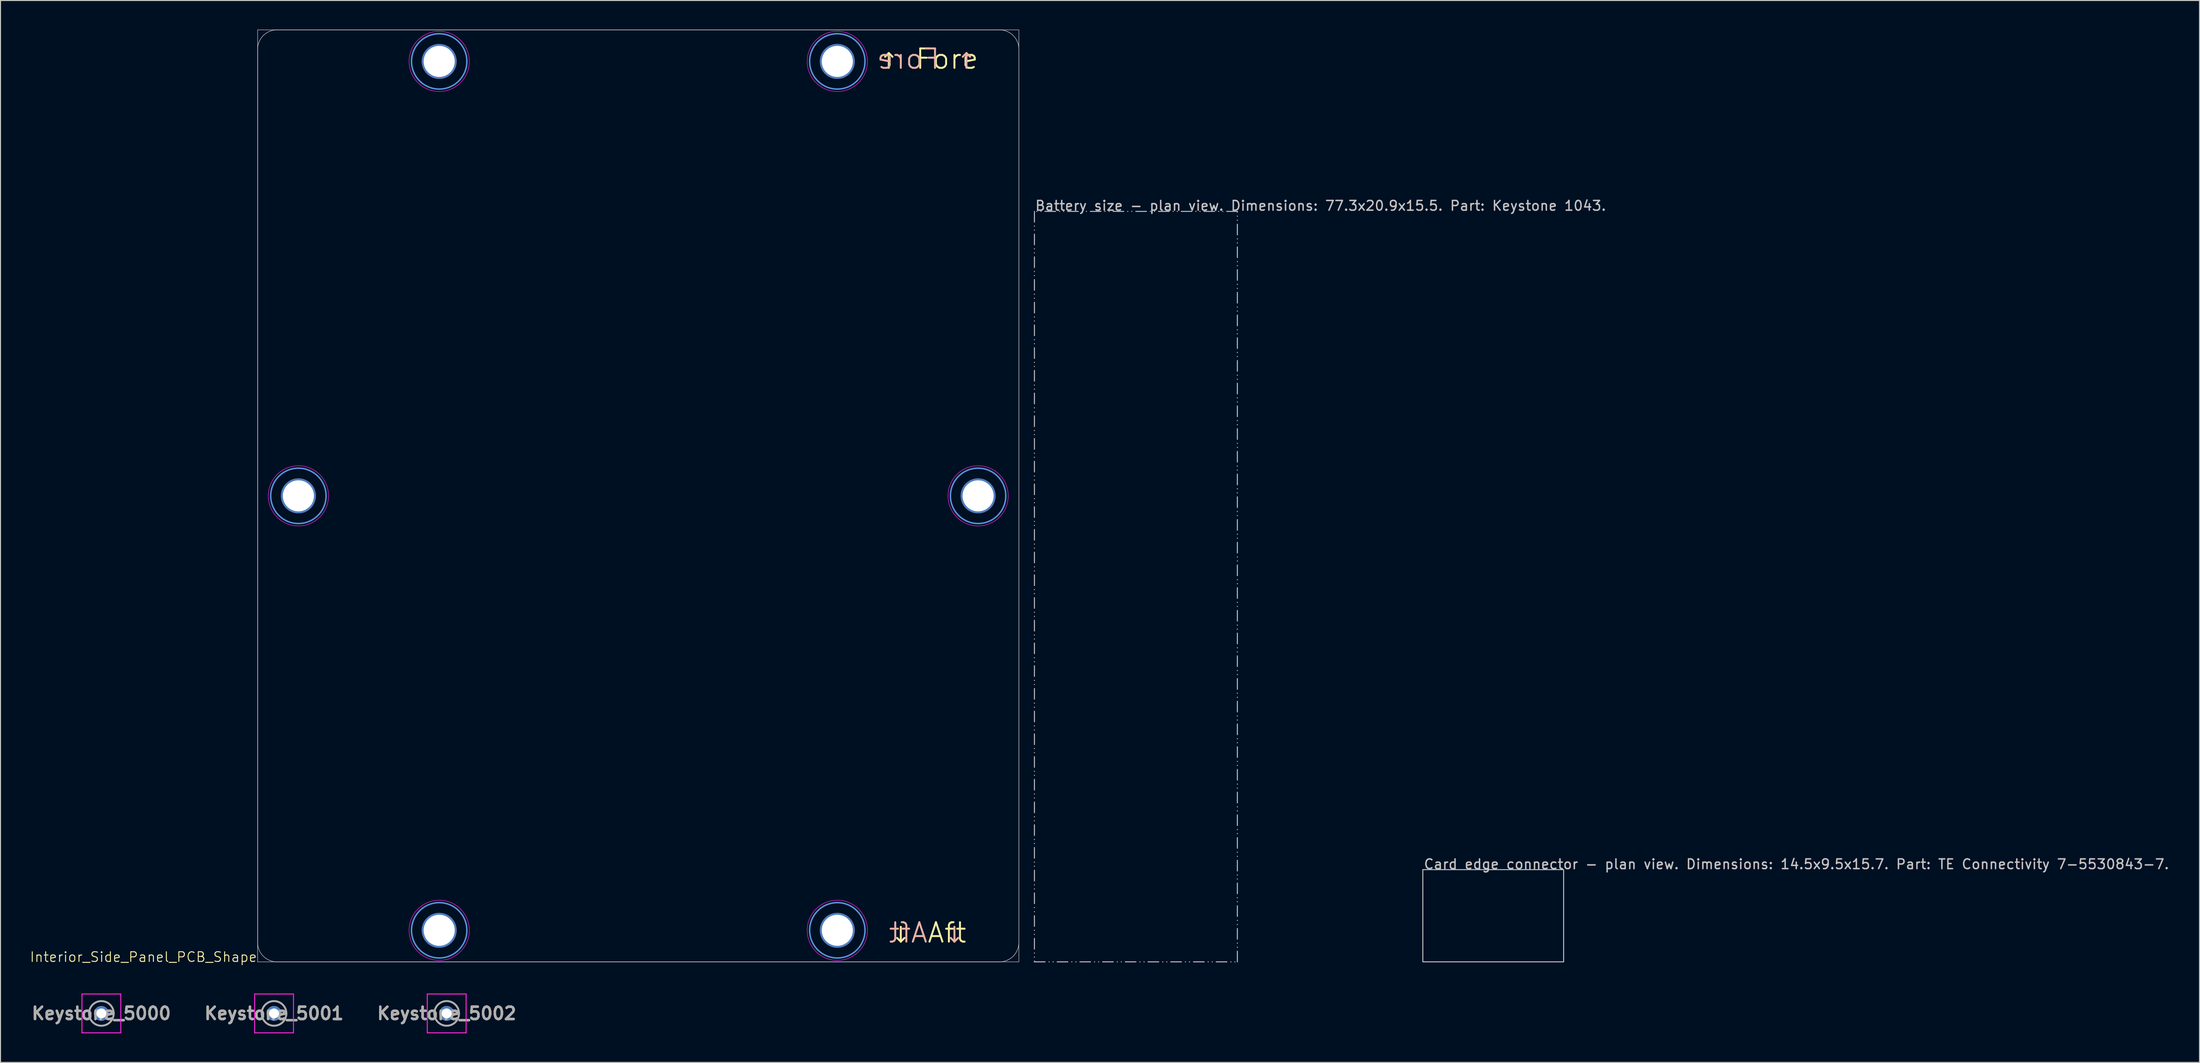
<source format=kicad_pcb>
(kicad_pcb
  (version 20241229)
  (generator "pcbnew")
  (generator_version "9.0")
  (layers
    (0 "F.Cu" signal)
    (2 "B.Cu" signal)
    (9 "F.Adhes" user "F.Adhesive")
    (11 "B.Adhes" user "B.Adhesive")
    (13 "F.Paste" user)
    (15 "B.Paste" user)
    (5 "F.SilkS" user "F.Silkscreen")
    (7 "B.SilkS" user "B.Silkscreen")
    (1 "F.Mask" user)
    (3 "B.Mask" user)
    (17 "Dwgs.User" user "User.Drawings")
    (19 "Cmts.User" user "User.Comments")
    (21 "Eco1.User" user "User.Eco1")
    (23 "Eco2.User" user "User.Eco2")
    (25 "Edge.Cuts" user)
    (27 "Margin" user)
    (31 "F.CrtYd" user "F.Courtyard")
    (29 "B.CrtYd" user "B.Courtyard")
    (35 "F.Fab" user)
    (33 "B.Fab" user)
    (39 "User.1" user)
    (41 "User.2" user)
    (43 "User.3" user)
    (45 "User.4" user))
  (footprint "Keystone_5002"
    (layer "F.Cu")
    (at 42.951 101.335)
    (property "Reference" "Keystone_5002" (at 0 0 0) (layer "F.SilkS") (effects (font (size 1.27 1.27) (thickness 0.254))))
    (attr through_hole)
    (fp_line (start -1.27 0) (end -1.27 0) (stroke (width 0.1) (type solid)) (layer "F.SilkS"))
    (fp_line (start 1.27 0) (end 1.27 0) (stroke (width 0.1) (type solid)) (layer "F.SilkS"))
    (fp_arc (start -1.27 0) (mid 0 -1.27) (end 1.27 0) (stroke (width 0.1) (type solid)) (layer "F.SilkS"))
    (fp_arc (start 1.27 0) (mid 0 1.27) (end -1.27 0) (stroke (width 0.1) (type solid)) (layer "F.SilkS"))
    (fp_line (start -2 -2) (end 2 -2) (stroke (width 0.1) (type solid)) (layer "F.CrtYd"))
    (fp_line (start -2 2) (end -2 -2) (stroke (width 0.1) (type solid)) (layer "F.CrtYd"))
    (fp_line (start 2 -2) (end 2 2) (stroke (width 0.1) (type solid)) (layer "F.CrtYd"))
    (fp_line (start 2 2) (end -2 2) (stroke (width 0.1) (type solid)) (layer "F.CrtYd"))
    (fp_line (start -1.27 0) (end -1.27 0) (stroke (width 0.2) (type solid)) (layer "F.Fab"))
    (fp_line (start 1.27 0) (end 1.27 0) (stroke (width 0.2) (type solid)) (layer "F.Fab"))
    (fp_arc (start -1.27 0) (mid 0 -1.27) (end 1.27 0) (stroke (width 0.2) (type solid)) (layer "F.Fab"))
    (fp_arc (start 1.27 0) (mid 0 1.27) (end -1.27 0) (stroke (width 0.2) (type solid)) (layer "F.Fab"))
    (fp_text user "${REFERENCE}" (at 0 0 0) (layer "F.Fab") (effects (font (size 1.27 1.27) (thickness 0.254))))
    (pad "1" thru_hole circle (at 0 0) (size 1.53 1.53) (drill 1.02) (layers "*.Cu" "*.Mask")))
  (footprint "Keystone_5000"
    (layer "F.Cu")
    (at 7.39 101.335)
    (property "Reference" "Keystone_5000" (at 0 0 0) (layer "F.SilkS") (effects (font (size 1.27 1.27) (thickness 0.254))))
    (attr through_hole)
    (fp_line (start -1.27 0) (end -1.27 0) (stroke (width 0.1) (type solid)) (layer "F.SilkS"))
    (fp_line (start 1.27 0) (end 1.27 0) (stroke (width 0.1) (type solid)) (layer "F.SilkS"))
    (fp_arc (start -1.27 0) (mid 0 -1.27) (end 1.27 0) (stroke (width 0.1) (type solid)) (layer "F.SilkS"))
    (fp_arc (start 1.27 0) (mid 0 1.27) (end -1.27 0) (stroke (width 0.1) (type solid)) (layer "F.SilkS"))
    (fp_line (start -2 -2) (end 2 -2) (stroke (width 0.1) (type solid)) (layer "F.CrtYd"))
    (fp_line (start -2 2) (end -2 -2) (stroke (width 0.1) (type solid)) (layer "F.CrtYd"))
    (fp_line (start 2 -2) (end 2 2) (stroke (width 0.1) (type solid)) (layer "F.CrtYd"))
    (fp_line (start 2 2) (end -2 2) (stroke (width 0.1) (type solid)) (layer "F.CrtYd"))
    (fp_line (start -1.27 0) (end -1.27 0) (stroke (width 0.2) (type solid)) (layer "F.Fab"))
    (fp_line (start 1.27 0) (end 1.27 0) (stroke (width 0.2) (type solid)) (layer "F.Fab"))
    (fp_arc (start -1.27 0) (mid 0 -1.27) (end 1.27 0) (stroke (width 0.2) (type solid)) (layer "F.Fab"))
    (fp_arc (start 1.27 0) (mid 0 1.27) (end -1.27 0) (stroke (width 0.2) (type solid)) (layer "F.Fab"))
    (fp_text user "${REFERENCE}" (at 0 0 0) (layer "F.Fab") (effects (font (size 1.27 1.27) (thickness 0.254))))
    (pad "1" thru_hole circle (at 0 0) (size 1.53 1.53) (drill 1.02) (layers "*.Cu" "*.Mask")))
  (footprint "Keystone_5001"
    (layer "F.Cu")
    (at 25.171 101.335)
    (property "Reference" "Keystone_5001" (at 0 0 0) (layer "F.SilkS") (effects (font (size 1.27 1.27) (thickness 0.254))))
    (attr through_hole)
    (fp_line (start -1.27 0) (end -1.27 0) (stroke (width 0.1) (type solid)) (layer "F.SilkS"))
    (fp_line (start 1.27 0) (end 1.27 0) (stroke (width 0.1) (type solid)) (layer "F.SilkS"))
    (fp_arc (start -1.27 0) (mid 0 -1.27) (end 1.27 0) (stroke (width 0.1) (type solid)) (layer "F.SilkS"))
    (fp_arc (start 1.27 0) (mid 0 1.27) (end -1.27 0) (stroke (width 0.1) (type solid)) (layer "F.SilkS"))
    (fp_line (start -2 -2) (end 2 -2) (stroke (width 0.1) (type solid)) (layer "F.CrtYd"))
    (fp_line (start -2 2) (end -2 -2) (stroke (width 0.1) (type solid)) (layer "F.CrtYd"))
    (fp_line (start 2 -2) (end 2 2) (stroke (width 0.1) (type solid)) (layer "F.CrtYd"))
    (fp_line (start 2 2) (end -2 2) (stroke (width 0.1) (type solid)) (layer "F.CrtYd"))
    (fp_line (start -1.27 0) (end -1.27 0) (stroke (width 0.2) (type solid)) (layer "F.Fab"))
    (fp_line (start 1.27 0) (end 1.27 0) (stroke (width 0.2) (type solid)) (layer "F.Fab"))
    (fp_arc (start -1.27 0) (mid 0 -1.27) (end 1.27 0) (stroke (width 0.2) (type solid)) (layer "F.Fab"))
    (fp_arc (start 1.27 0) (mid 0 1.27) (end -1.27 0) (stroke (width 0.2) (type solid)) (layer "F.Fab"))
    (fp_text user "${REFERENCE}" (at 0 0 0) (layer "F.Fab") (effects (font (size 1.27 1.27) (thickness 0.254))))
    (pad "1" thru_hole circle (at 0 0) (size 1.53 1.53) (drill 1.02) (layers "*.Cu" "*.Mask")))
  (footprint "Interior_Side_Panel_PCB_Shape"
    (layer "F.Cu")
    (at 23.481 96.025)
    (property "Reference" "Interior_Side_Panel_PCB_Shape" (at 0 -0.5 0) (unlocked yes) (layer "F.SilkS") (effects (font (size 1 1) (thickness 0.1)) (justify right)))
    (attr through_hole exclude_from_pos_files exclude_from_bom allow_missing_courtyard)
    (fp_rect (start 0 -96) (end 78.4 0) (stroke (width 0.05) (type default)) (fill no) (layer "Dwgs.User"))
    (fp_rect (start 100.9 -77.3) (end 80 0) (stroke (width 0.1) (type dash_dot_dot)) (fill no) (layer "Dwgs.User"))
    (fp_rect (start 120 0) (end 134.5 -9.5) (stroke (width 0.1) (type default)) (fill no) (layer "Dwgs.User"))
    (fp_circle (center 4.2 -48) (end 7.05 -48) (stroke (width 0.15) (type solid)) (fill no) (layer "Cmts.User"))
    (fp_circle (center 18.7 -92.75) (end 21.55 -92.75) (stroke (width 0.15) (type solid)) (fill no) (layer "Cmts.User"))
    (fp_circle (center 18.7 -3.25) (end 21.55 -3.25) (stroke (width 0.15) (type solid)) (fill no) (layer "Cmts.User"))
    (fp_circle (center 59.7 -92.75) (end 62.55 -92.75) (stroke (width 0.15) (type solid)) (fill no) (layer "Cmts.User"))
    (fp_circle (center 59.7 -3.25) (end 62.55 -3.25) (stroke (width 0.15) (type solid)) (fill no) (layer "Cmts.User"))
    (fp_circle (center 74.2 -48) (end 77.05 -48) (stroke (width 0.15) (type solid)) (fill no) (layer "Cmts.User"))
    (fp_line (start 0 -2) (end 0 -94) (stroke (width 0.05) (type default)) (layer "Edge.Cuts"))
    (fp_line (start 2 -96) (end 76.4 -96) (stroke (width 0.05) (type default)) (layer "Edge.Cuts"))
    (fp_line (start 76.4 0) (end 2 0) (stroke (width 0.05) (type default)) (layer "Edge.Cuts"))
    (fp_line (start 78.4 -94) (end 78.4 -2) (stroke (width 0.05) (type default)) (layer "Edge.Cuts"))
    (fp_arc (start 0 -94) (mid 0.585786 -95.414214) (end 2 -96) (stroke (width 0.05) (type default)) (layer "Edge.Cuts"))
    (fp_arc (start 2 0) (mid 0.585786 -0.585786) (end 0 -2) (stroke (width 0.05) (type default)) (layer "Edge.Cuts"))
    (fp_arc (start 76.4 -96) (mid 77.814214 -95.414214) (end 78.4 -94) (stroke (width 0.05) (type default)) (layer "Edge.Cuts"))
    (fp_arc (start 78.4 -2) (mid 77.814214 -0.585786) (end 76.4 0) (stroke (width 0.05) (type default)) (layer "Edge.Cuts"))
    (fp_circle (center 4.2 -48) (end 7.3 -48) (stroke (width 0.05) (type solid)) (fill no) (layer "F.CrtYd"))
    (fp_circle (center 18.7 -92.75) (end 21.8 -92.75) (stroke (width 0.05) (type solid)) (fill no) (layer "F.CrtYd"))
    (fp_circle (center 18.7 -3.25) (end 21.8 -3.25) (stroke (width 0.05) (type solid)) (fill no) (layer "F.CrtYd"))
    (fp_circle (center 59.7 -92.75) (end 62.8 -92.75) (stroke (width 0.05) (type solid)) (fill no) (layer "F.CrtYd"))
    (fp_circle (center 59.7 -3.25) (end 62.8 -3.25) (stroke (width 0.05) (type solid)) (fill no) (layer "F.CrtYd"))
    (fp_circle (center 74.2 -48) (end 77.3 -48) (stroke (width 0.05) (type solid)) (fill no) (layer "F.CrtYd"))
    (fp_rect (start 0 -79.7) (end 14.5 -89.2) (stroke (width 0.1) (type dash)) (fill no) (layer "User.1"))
    (fp_rect (start 0 -70.2) (end 14.5 -79.7) (stroke (width 0.1) (type dash)) (fill no) (layer "User.1"))
    (fp_rect (start 0 -60.7) (end 14.5 -70.2) (stroke (width 0.1) (type dash)) (fill no) (layer "User.1"))
    (fp_rect (start 0 -51.2) (end 14.5 -60.7) (stroke (width 0.1) (type dash)) (fill no) (layer "User.1"))
    (fp_rect (start 0 -35.3) (end 14.5 -44.8) (stroke (width 0.1) (type dash)) (fill no) (layer "User.1"))
    (fp_rect (start 0 -25.8) (end 14.5 -35.3) (stroke (width 0.1) (type dash)) (fill no) (layer "User.1"))
    (fp_rect (start 0 -16.3) (end 14.5 -25.8) (stroke (width 0.1) (type dash)) (fill no) (layer "User.1"))
    (fp_rect (start 0 -6.8) (end 14.5 -16.3) (stroke (width 0.1) (type dash)) (fill no) (layer "User.1"))
    (fp_rect (start 39.4 -89.55) (end 18.5 -12.25) (stroke (width 0.1) (type dash_dot_dot)) (fill no) (layer "User.1"))
    (fp_rect (start 60.3 -89.55) (end 39.4 -12.25) (stroke (width 0.1) (type dash_dot_dot)) (fill no) (layer "User.1"))
    (fp_rect (start 63.9 -79.7) (end 78.4 -89.2) (stroke (width 0.1) (type dash)) (fill no) (layer "User.1"))
    (fp_rect (start 63.9 -70.2) (end 78.4 -79.7) (stroke (width 0.1) (type dash)) (fill no) (layer "User.1"))
    (fp_rect (start 63.9 -60.7) (end 78.4 -70.2) (stroke (width 0.1) (type dash)) (fill no) (layer "User.1"))
    (fp_rect (start 63.9 -51.2) (end 78.4 -60.7) (stroke (width 0.1) (type dash)) (fill no) (layer "User.1"))
    (fp_rect (start 63.9 -35.3) (end 78.4 -44.8) (stroke (width 0.1) (type dash)) (fill no) (layer "User.1"))
    (fp_rect (start 63.9 -25.8) (end 78.4 -35.3) (stroke (width 0.1) (type dash)) (fill no) (layer "User.1"))
    (fp_rect (start 63.9 -16.3) (end 78.4 -25.8) (stroke (width 0.1) (type dash)) (fill no) (layer "User.1"))
    (fp_rect (start 63.9 -6.8) (end 78.4 -16.3) (stroke (width 0.1) (type dash)) (fill no) (layer "User.1"))
    (fp_rect (start 0 -6.8) (end 15.7 -89.2) (stroke (width 0.1) (type default)) (fill no) (layer "User.2"))
    (fp_rect (start 31.95 -79.7) (end 46.45 -89.2) (stroke (width 0.1) (type dash)) (fill no) (layer "User.2"))
    (fp_rect (start 31.95 -70.2) (end 46.45 -79.7) (stroke (width 0.1) (type dash)) (fill no) (layer "User.2"))
    (fp_rect (start 31.95 -60.7) (end 46.45 -70.2) (stroke (width 0.1) (type dash)) (fill no) (layer "User.2"))
    (fp_rect (start 31.95 -51.2) (end 46.45 -60.7) (stroke (width 0.1) (type dash)) (fill no) (layer "User.2"))
    (fp_rect (start 31.95 -35.3) (end 46.45 -44.8) (stroke (width 0.1) (type dash)) (fill no) (layer "User.2"))
    (fp_rect (start 31.95 -25.8) (end 46.45 -35.3) (stroke (width 0.1) (type dash)) (fill no) (layer "User.2"))
    (fp_rect (start 31.95 -16.3) (end 46.45 -25.8) (stroke (width 0.1) (type dash)) (fill no) (layer "User.2"))
    (fp_rect (start 31.95 -6.8) (end 46.45 -16.3) (stroke (width 0.1) (type dash)) (fill no) (layer "User.2"))
    (fp_rect (start 62.7 -6.8) (end 78.4 -89.2) (stroke (width 0.1) (type default)) (fill no) (layer "User.2"))
    (fp_text user "↑ Fore" (at 69 -93 0) (unlocked yes) (layer "F.SilkS") (effects (font (size 2 2) (thickness 0.2))))
    (fp_text user "↓ Aft" (at 69 -3 0) (unlocked yes) (layer "F.SilkS") (effects (font (size 2 2) (thickness 0.2))))
    (fp_text user "↓ Aft" (at 69 -3 0) (unlocked yes) (layer "B.SilkS") (effects (font (size 2 2) (thickness 0.2)) (justify mirror)))
    (fp_text user "↑ Fore" (at 69 -93 0) (unlocked yes) (layer "B.SilkS") (effects (font (size 2 2) (thickness 0.2)) (justify mirror)))
    (fp_text user "Card edge connector - plan view. Dimensions: 14.5x9.5x15.7. Part: TE Connectivity 7-5530843-7." (at 120.025 -9.475 0) (unlocked yes) (layer "Dwgs.User") (effects (font (size 1 1) (thickness 0.15)) (justify left bottom)))
    (fp_text user "Battery size - plan view. Dimensions: 77.3x20.9x15.5. Part: Keystone 1043." (at 80 -77.3 0) (unlocked yes) (layer "Dwgs.User") (effects (font (size 1 1) (thickness 0.15)) (justify left bottom)))
    (pad "1" thru_hole circle (at 18.7 -92.75) (size 3.6 3.6) (drill 3.2) (layers "*.Cu" "*.Mask"))
    (pad "2" thru_hole circle (at 59.7 -92.75) (size 3.6 3.6) (drill 3.2) (layers "*.Cu" "*.Mask"))
    (pad "3" thru_hole circle (at 4.2 -48) (size 3.6 3.6) (drill 3.2) (layers "*.Cu" "*.Mask"))
    (pad "4" thru_hole circle (at 74.2 -48) (size 3.6 3.6) (drill 3.2) (layers "*.Cu" "*.Mask"))
    (pad "5" thru_hole circle (at 18.7 -3.25) (size 3.6 3.6) (drill 3.2) (layers "*.Cu" "*.Mask"))
    (pad "6" thru_hole circle (at 59.7 -3.25) (size 3.6 3.6) (drill 3.2) (layers "*.Cu" "*.Mask")))
  (gr_rect
    (start -3 -3)
    (end 223.47 106.385)
    (stroke (width 0.1) (type default))
    (fill no)
    (layer "Edge.Cuts")))
</source>
